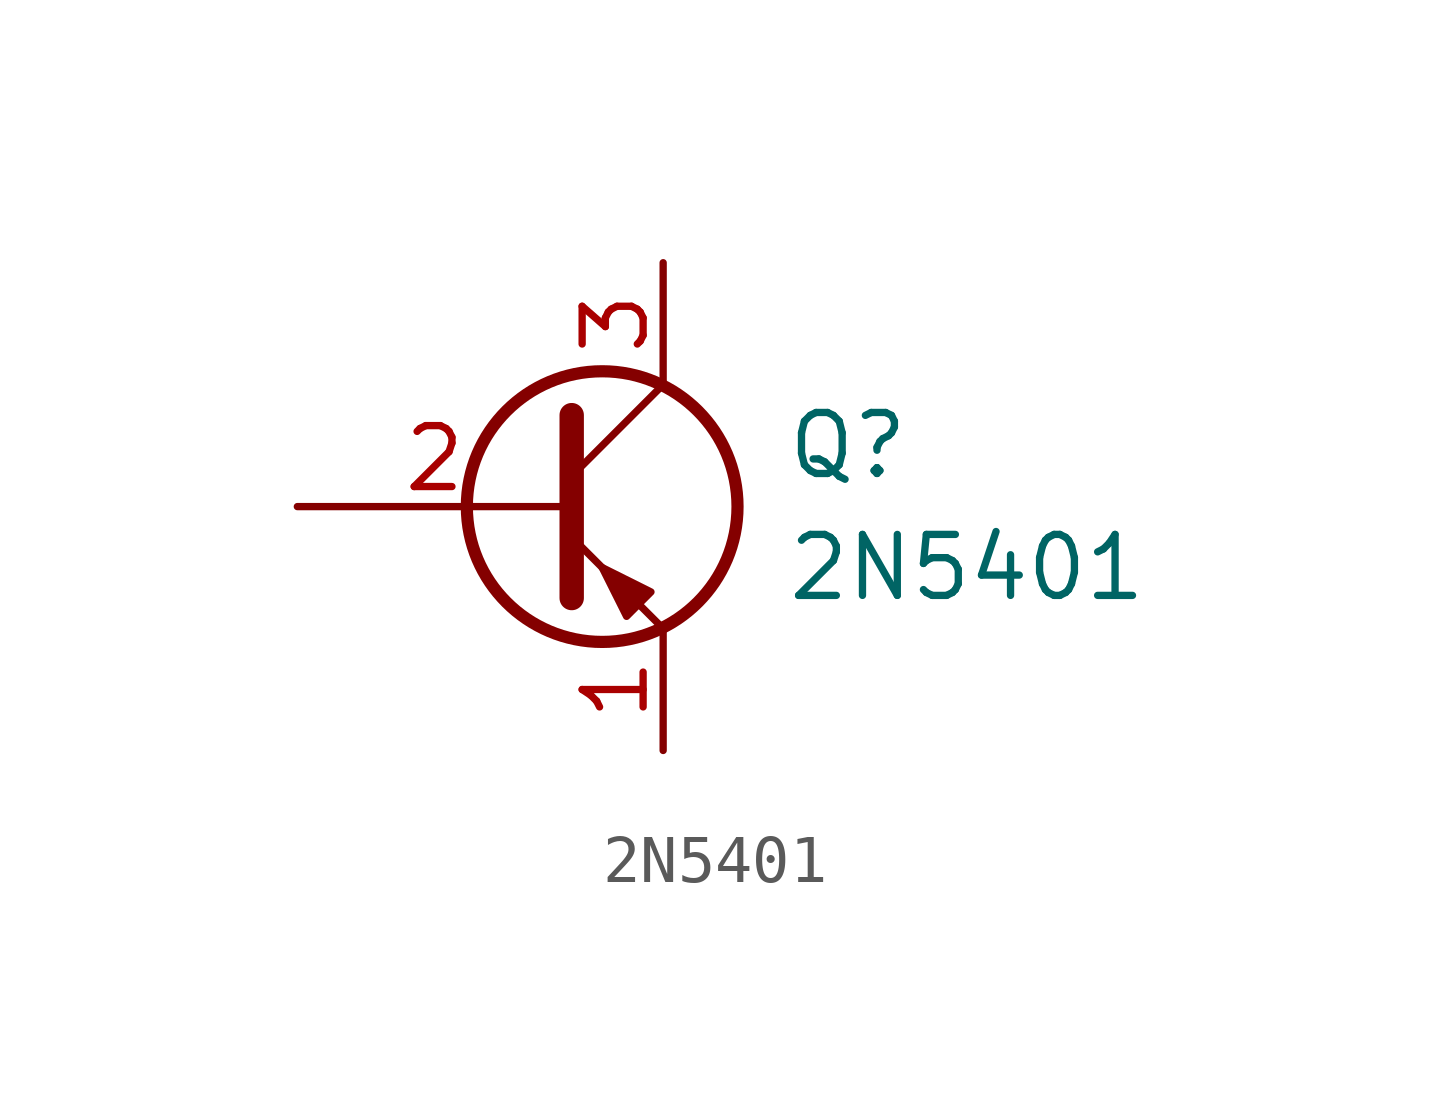
<source format=kicad_sym>
(kicad_symbol_lib
  (version 20211014)
  (generator kicad_symbol_editor)
  (symbol "2N5401"
    (pin_names
      (offset 0) hide)
    (property "Reference" "Q"
      (at 3.81 1.27 0)
      (effects (font (size 1.27 1.27)) (justify left)))
    (property "Value" "2N5401"
      (at 3.81 -1.27 0)
      (effects (font (size 1.27 1.27)) (justify left)))
    (symbol "2N5401_0_1"
      (polyline (pts (xy -0.635 0.635) (xy 1.27 2.54)) (stroke (width 0) (type default) (color 0 0 0 0)) (fill (type none)))
      (polyline (pts (xy -0.635 -0.635) (xy 1.27 -2.54) (xy 1.27 -2.54)) (stroke (width 0) (type default) (color 0 0 0 0)) (fill (type none)))
      (polyline (pts (xy -0.635 1.905) (xy -0.635 -1.905) (xy -0.635 -1.905)) (stroke (width 0.508) (type default) (color 0 0 0 0)) (fill (type none)))
      (polyline (pts (xy 1.016 -1.778) (xy 0.508 -2.286) (xy 0 -1.27) (xy 1.016 -1.778) (xy 1.016 -1.778)) (stroke (width 0) (type default) (color 0 0 0 0)) (fill (type outline)))
      (circle (center 0 0) (radius 2.819) (stroke (width 0.254) (type default) (color 0 0 0 0)) (fill (type none))))
    (symbol "2N5401_1_1"
      (pin passive line (at 1.27 -5.08 90) (length 2.54) (name "E" (effects (font (size 1.27 1.27)))) (number "1" (effects (font (size 1.27 1.27)))))
      (pin input line (at -6.35 0 0) (length 5.715) (name "B" (effects (font (size 1.27 1.27)))) (number "2" (effects (font (size 1.27 1.27)))))
      (pin passive line (at 1.27 5.08 270) (length 2.54) (name "C" (effects (font (size 1.27 1.27)))) (number "3" (effects (font (size 1.27 1.27))))))))
</source>
